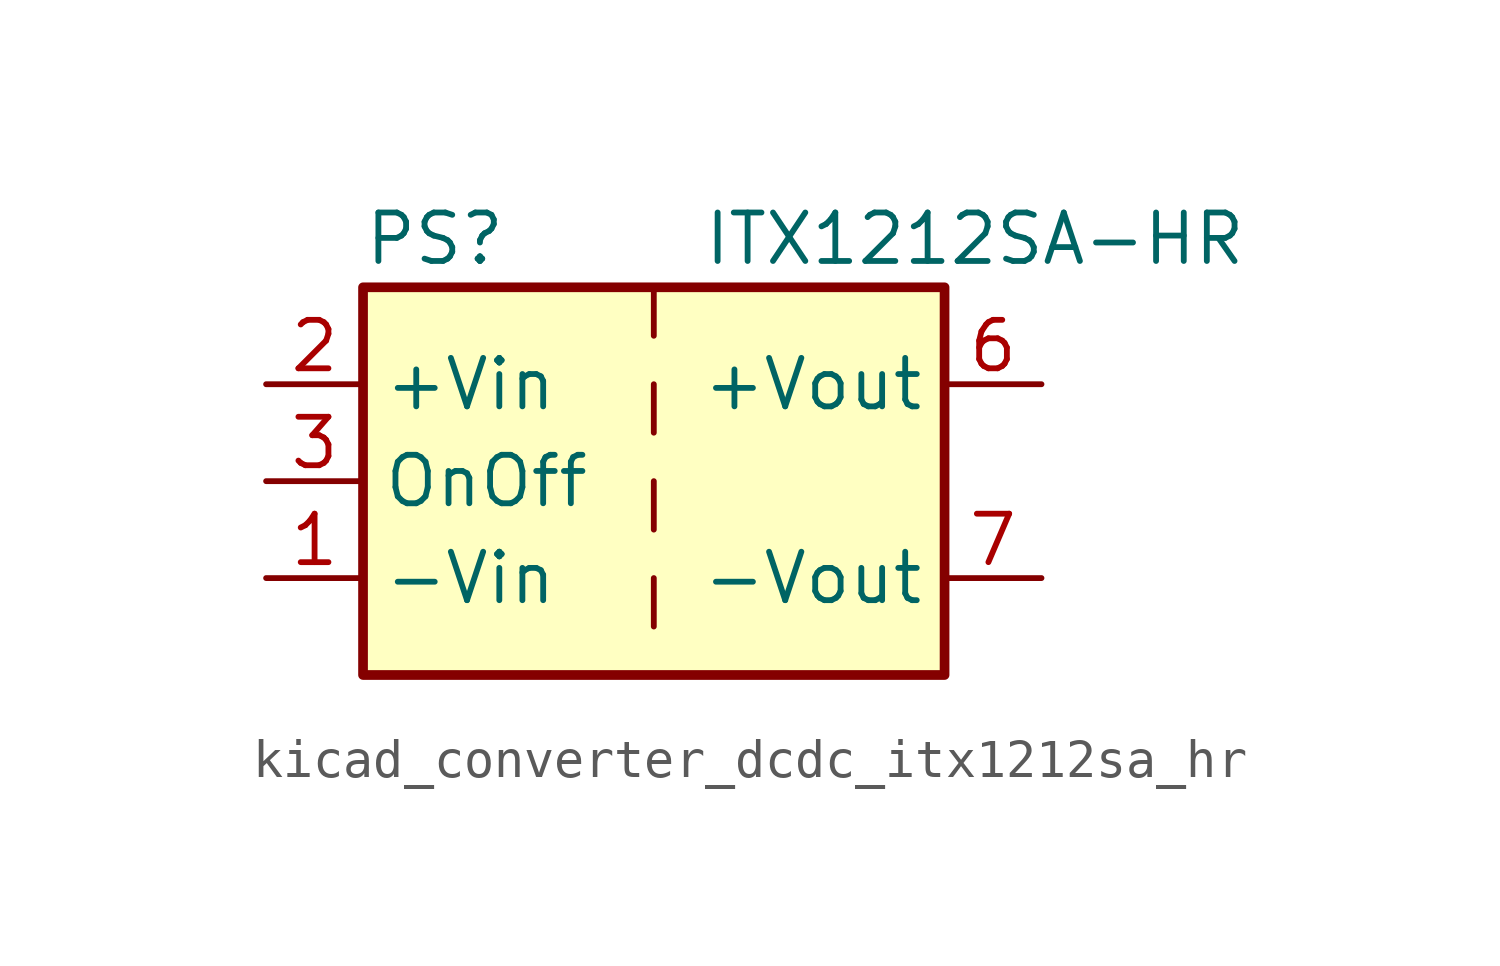
<source format=kicad_sym>
(kicad_symbol_lib
  (version 20220914)
  (generator kicad_symbol_editor)
  (symbol "kicad_converter_dcdc_itx1212sa_hr"
    (property "Reference" "PS"
      (at -7.62 6.35 0)
      (effects (font (size 1.27 1.27)) (justify left)))
    (property "Value" "ITX1212SA-HR"
      (at 1.27 6.35 0)
      (effects (font (size 1.27 1.27)) (justify left)))
    (symbol "kicad_converter_dcdc_itx1212sa_hr_0_0"
      (pin power_in line (at -10.16 -2.54 0) (length 2.54) (name "-Vin" (effects (font (size 1.27 1.27)))) (number "1" (effects (font (size 1.27 1.27)))))
      (pin power_in line (at -10.16 2.54 0) (length 2.54) (name "+Vin" (effects (font (size 1.27 1.27)))) (number "2" (effects (font (size 1.27 1.27)))))
      (pin input line (at -10.16 0 0) (length 2.54) (name "OnOff" (effects (font (size 1.27 1.27)))) (number "3" (effects (font (size 1.27 1.27)))))
      (pin no_connect line (at 0 5.08 270) (length 2.54) hide (name "NC" (effects (font (size 1.27 1.27)))) (number "5" (effects (font (size 1.27 1.27)))))
      (pin power_out line (at 10.16 2.54 180) (length 2.54) (name "+Vout" (effects (font (size 1.27 1.27)))) (number "6" (effects (font (size 1.27 1.27)))))
      (pin power_out line (at 10.16 -2.54 180) (length 2.54) (name "-Vout" (effects (font (size 1.27 1.27)))) (number "7" (effects (font (size 1.27 1.27)))))
      (pin no_connect line (at 7.62 0 180) (length 2.54) hide (name "NC" (effects (font (size 1.27 1.27)))) (number "8" (effects (font (size 1.27 1.27))))))
    (symbol "kicad_converter_dcdc_itx1212sa_hr_0_1"
      (rectangle (start -7.62 5.08) (end 7.62 -5.08) (stroke (width 0.254) (type default)) (fill (type background)))
      (polyline (pts (xy 0 -2.54) (xy 0 -3.81)) (stroke (width 0) (type default)) (fill (type none)))
      (polyline (pts (xy 0 0) (xy 0 -1.27)) (stroke (width 0) (type default)) (fill (type none)))
      (polyline (pts (xy 0 2.54) (xy 0 1.27)) (stroke (width 0) (type default)) (fill (type none)))
      (polyline (pts (xy 0 5.08) (xy 0 3.81)) (stroke (width 0) (type default)) (fill (type none))))))
</source>
